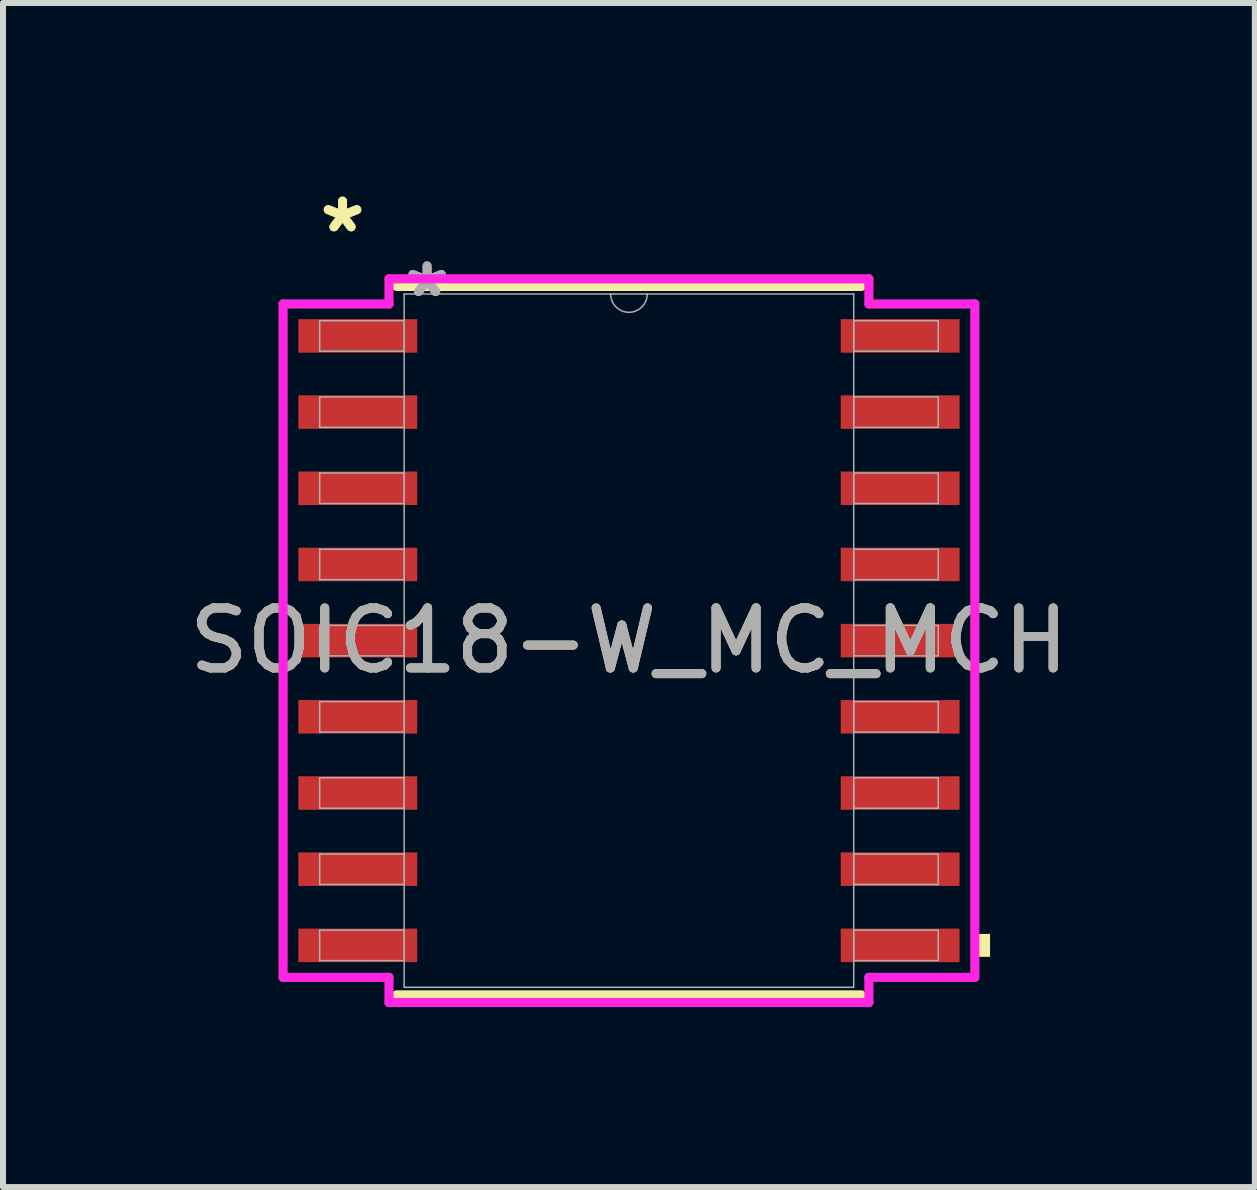
<source format=kicad_pcb>
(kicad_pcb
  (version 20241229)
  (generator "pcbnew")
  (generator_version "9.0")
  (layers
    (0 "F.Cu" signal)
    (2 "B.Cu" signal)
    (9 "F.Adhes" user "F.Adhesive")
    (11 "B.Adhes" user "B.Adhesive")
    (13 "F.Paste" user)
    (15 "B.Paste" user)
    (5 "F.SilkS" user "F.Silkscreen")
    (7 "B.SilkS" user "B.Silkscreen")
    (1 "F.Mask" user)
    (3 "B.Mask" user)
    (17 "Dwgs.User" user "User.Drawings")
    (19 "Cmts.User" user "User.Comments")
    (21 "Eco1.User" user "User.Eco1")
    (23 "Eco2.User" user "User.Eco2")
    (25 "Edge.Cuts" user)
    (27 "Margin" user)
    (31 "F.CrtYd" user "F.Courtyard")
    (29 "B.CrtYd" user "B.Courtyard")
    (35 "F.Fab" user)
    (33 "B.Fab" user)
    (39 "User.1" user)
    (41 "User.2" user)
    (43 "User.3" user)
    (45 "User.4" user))
  (footprint "SOIC18-W_MC_MCH"
    (layer "F.Cu")
    (at 7.435 7.63)
    (property "Reference" "SOIC18-W_MC_MCH" (at 0 0 0) (unlocked yes) (layer "F.SilkS") (effects (font (size 1 1) (thickness 0.15))))
    (attr smd)
    (fp_line (start -3.873 5.905) (end 3.873 5.905) (stroke (width 0.152) (type solid)) (layer "F.SilkS"))
    (fp_line (start 3.873 -5.905) (end -3.873 -5.905) (stroke (width 0.152) (type solid)) (layer "F.SilkS"))
    (fp_poly (pts (xy 6.02 4.889) (xy 6.02 5.271) (xy 5.766 5.271) (xy 5.766 4.889)) (stroke (width 0) (type solid)) (fill yes) (layer "F.SilkS"))
    (fp_line (start -5.766 -5.613) (end -4 -5.613) (stroke (width 0.152) (type solid)) (layer "F.CrtYd"))
    (fp_line (start -5.766 5.613) (end -5.766 -5.613) (stroke (width 0.152) (type solid)) (layer "F.CrtYd"))
    (fp_line (start -5.766 5.613) (end -4 5.613) (stroke (width 0.152) (type solid)) (layer "F.CrtYd"))
    (fp_line (start -4 -6.032) (end 4 -6.032) (stroke (width 0.152) (type solid)) (layer "F.CrtYd"))
    (fp_line (start -4 -5.613) (end -4 -6.032) (stroke (width 0.152) (type solid)) (layer "F.CrtYd"))
    (fp_line (start -4 6.032) (end -4 5.613) (stroke (width 0.152) (type solid)) (layer "F.CrtYd"))
    (fp_line (start 4 -6.032) (end 4 -5.613) (stroke (width 0.152) (type solid)) (layer "F.CrtYd"))
    (fp_line (start 4 5.613) (end 4 6.032) (stroke (width 0.152) (type solid)) (layer "F.CrtYd"))
    (fp_line (start 4 6.032) (end -4 6.032) (stroke (width 0.152) (type solid)) (layer "F.CrtYd"))
    (fp_line (start 5.766 -5.613) (end 4 -5.613) (stroke (width 0.152) (type solid)) (layer "F.CrtYd"))
    (fp_line (start 5.766 -5.613) (end 5.766 5.613) (stroke (width 0.152) (type solid)) (layer "F.CrtYd"))
    (fp_line (start 5.766 5.613) (end 4 5.613) (stroke (width 0.152) (type solid)) (layer "F.CrtYd"))
    (fp_line (start -5.156 -5.334) (end -5.156 -4.826) (stroke (width 0.025) (type solid)) (layer "F.Fab"))
    (fp_line (start -5.156 -4.826) (end -3.747 -4.826) (stroke (width 0.025) (type solid)) (layer "F.Fab"))
    (fp_line (start -5.156 -4.064) (end -5.156 -3.556) (stroke (width 0.025) (type solid)) (layer "F.Fab"))
    (fp_line (start -5.156 -3.556) (end -3.747 -3.556) (stroke (width 0.025) (type solid)) (layer "F.Fab"))
    (fp_line (start -5.156 -2.794) (end -5.156 -2.286) (stroke (width 0.025) (type solid)) (layer "F.Fab"))
    (fp_line (start -5.156 -2.286) (end -3.747 -2.286) (stroke (width 0.025) (type solid)) (layer "F.Fab"))
    (fp_line (start -5.156 -1.524) (end -5.156 -1.016) (stroke (width 0.025) (type solid)) (layer "F.Fab"))
    (fp_line (start -5.156 -1.016) (end -3.747 -1.016) (stroke (width 0.025) (type solid)) (layer "F.Fab"))
    (fp_line (start -5.156 -0.254) (end -5.156 0.254) (stroke (width 0.025) (type solid)) (layer "F.Fab"))
    (fp_line (start -5.156 0.254) (end -3.747 0.254) (stroke (width 0.025) (type solid)) (layer "F.Fab"))
    (fp_line (start -5.156 1.016) (end -5.156 1.524) (stroke (width 0.025) (type solid)) (layer "F.Fab"))
    (fp_line (start -5.156 1.524) (end -3.747 1.524) (stroke (width 0.025) (type solid)) (layer "F.Fab"))
    (fp_line (start -5.156 2.286) (end -5.156 2.794) (stroke (width 0.025) (type solid)) (layer "F.Fab"))
    (fp_line (start -5.156 2.794) (end -3.747 2.794) (stroke (width 0.025) (type solid)) (layer "F.Fab"))
    (fp_line (start -5.156 3.556) (end -5.156 4.064) (stroke (width 0.025) (type solid)) (layer "F.Fab"))
    (fp_line (start -5.156 4.064) (end -3.747 4.064) (stroke (width 0.025) (type solid)) (layer "F.Fab"))
    (fp_line (start -5.156 4.826) (end -5.156 5.334) (stroke (width 0.025) (type solid)) (layer "F.Fab"))
    (fp_line (start -5.156 5.334) (end -3.747 5.334) (stroke (width 0.025) (type solid)) (layer "F.Fab"))
    (fp_line (start -3.747 -5.779) (end -3.747 5.779) (stroke (width 0.025) (type solid)) (layer "F.Fab"))
    (fp_line (start -3.747 -5.334) (end -5.156 -5.334) (stroke (width 0.025) (type solid)) (layer "F.Fab"))
    (fp_line (start -3.747 -4.826) (end -3.747 -5.334) (stroke (width 0.025) (type solid)) (layer "F.Fab"))
    (fp_line (start -3.747 -4.064) (end -5.156 -4.064) (stroke (width 0.025) (type solid)) (layer "F.Fab"))
    (fp_line (start -3.747 -3.556) (end -3.747 -4.064) (stroke (width 0.025) (type solid)) (layer "F.Fab"))
    (fp_line (start -3.747 -2.794) (end -5.156 -2.794) (stroke (width 0.025) (type solid)) (layer "F.Fab"))
    (fp_line (start -3.747 -2.286) (end -3.747 -2.794) (stroke (width 0.025) (type solid)) (layer "F.Fab"))
    (fp_line (start -3.747 -1.524) (end -5.156 -1.524) (stroke (width 0.025) (type solid)) (layer "F.Fab"))
    (fp_line (start -3.747 -1.016) (end -3.747 -1.524) (stroke (width 0.025) (type solid)) (layer "F.Fab"))
    (fp_line (start -3.747 -0.254) (end -5.156 -0.254) (stroke (width 0.025) (type solid)) (layer "F.Fab"))
    (fp_line (start -3.747 0.254) (end -3.747 -0.254) (stroke (width 0.025) (type solid)) (layer "F.Fab"))
    (fp_line (start -3.747 1.016) (end -5.156 1.016) (stroke (width 0.025) (type solid)) (layer "F.Fab"))
    (fp_line (start -3.747 1.524) (end -3.747 1.016) (stroke (width 0.025) (type solid)) (layer "F.Fab"))
    (fp_line (start -3.747 2.286) (end -5.156 2.286) (stroke (width 0.025) (type solid)) (layer "F.Fab"))
    (fp_line (start -3.747 2.794) (end -3.747 2.286) (stroke (width 0.025) (type solid)) (layer "F.Fab"))
    (fp_line (start -3.747 3.556) (end -5.156 3.556) (stroke (width 0.025) (type solid)) (layer "F.Fab"))
    (fp_line (start -3.747 4.064) (end -3.747 3.556) (stroke (width 0.025) (type solid)) (layer "F.Fab"))
    (fp_line (start -3.747 4.826) (end -5.156 4.826) (stroke (width 0.025) (type solid)) (layer "F.Fab"))
    (fp_line (start -3.747 5.334) (end -3.747 4.826) (stroke (width 0.025) (type solid)) (layer "F.Fab"))
    (fp_line (start -3.747 5.779) (end 3.747 5.779) (stroke (width 0.025) (type solid)) (layer "F.Fab"))
    (fp_line (start 3.747 -5.779) (end -3.747 -5.779) (stroke (width 0.025) (type solid)) (layer "F.Fab"))
    (fp_line (start 3.747 -5.334) (end 3.747 -4.826) (stroke (width 0.025) (type solid)) (layer "F.Fab"))
    (fp_line (start 3.747 -4.826) (end 5.156 -4.826) (stroke (width 0.025) (type solid)) (layer "F.Fab"))
    (fp_line (start 3.747 -4.064) (end 3.747 -3.556) (stroke (width 0.025) (type solid)) (layer "F.Fab"))
    (fp_line (start 3.747 -3.556) (end 5.156 -3.556) (stroke (width 0.025) (type solid)) (layer "F.Fab"))
    (fp_line (start 3.747 -2.794) (end 3.747 -2.286) (stroke (width 0.025) (type solid)) (layer "F.Fab"))
    (fp_line (start 3.747 -2.286) (end 5.156 -2.286) (stroke (width 0.025) (type solid)) (layer "F.Fab"))
    (fp_line (start 3.747 -1.524) (end 3.747 -1.016) (stroke (width 0.025) (type solid)) (layer "F.Fab"))
    (fp_line (start 3.747 -1.016) (end 5.156 -1.016) (stroke (width 0.025) (type solid)) (layer "F.Fab"))
    (fp_line (start 3.747 -0.254) (end 3.747 0.254) (stroke (width 0.025) (type solid)) (layer "F.Fab"))
    (fp_line (start 3.747 0.254) (end 5.156 0.254) (stroke (width 0.025) (type solid)) (layer "F.Fab"))
    (fp_line (start 3.747 1.016) (end 3.747 1.524) (stroke (width 0.025) (type solid)) (layer "F.Fab"))
    (fp_line (start 3.747 1.524) (end 5.156 1.524) (stroke (width 0.025) (type solid)) (layer "F.Fab"))
    (fp_line (start 3.747 2.286) (end 3.747 2.794) (stroke (width 0.025) (type solid)) (layer "F.Fab"))
    (fp_line (start 3.747 2.794) (end 5.156 2.794) (stroke (width 0.025) (type solid)) (layer "F.Fab"))
    (fp_line (start 3.747 3.556) (end 3.747 4.064) (stroke (width 0.025) (type solid)) (layer "F.Fab"))
    (fp_line (start 3.747 4.064) (end 5.156 4.064) (stroke (width 0.025) (type solid)) (layer "F.Fab"))
    (fp_line (start 3.747 4.826) (end 3.747 5.334) (stroke (width 0.025) (type solid)) (layer "F.Fab"))
    (fp_line (start 3.747 5.334) (end 5.156 5.334) (stroke (width 0.025) (type solid)) (layer "F.Fab"))
    (fp_line (start 3.747 5.779) (end 3.747 -5.779) (stroke (width 0.025) (type solid)) (layer "F.Fab"))
    (fp_line (start 5.156 -5.334) (end 3.747 -5.334) (stroke (width 0.025) (type solid)) (layer "F.Fab"))
    (fp_line (start 5.156 -4.826) (end 5.156 -5.334) (stroke (width 0.025) (type solid)) (layer "F.Fab"))
    (fp_line (start 5.156 -4.064) (end 3.747 -4.064) (stroke (width 0.025) (type solid)) (layer "F.Fab"))
    (fp_line (start 5.156 -3.556) (end 5.156 -4.064) (stroke (width 0.025) (type solid)) (layer "F.Fab"))
    (fp_line (start 5.156 -2.794) (end 3.747 -2.794) (stroke (width 0.025) (type solid)) (layer "F.Fab"))
    (fp_line (start 5.156 -2.286) (end 5.156 -2.794) (stroke (width 0.025) (type solid)) (layer "F.Fab"))
    (fp_line (start 5.156 -1.524) (end 3.747 -1.524) (stroke (width 0.025) (type solid)) (layer "F.Fab"))
    (fp_line (start 5.156 -1.016) (end 5.156 -1.524) (stroke (width 0.025) (type solid)) (layer "F.Fab"))
    (fp_line (start 5.156 -0.254) (end 3.747 -0.254) (stroke (width 0.025) (type solid)) (layer "F.Fab"))
    (fp_line (start 5.156 0.254) (end 5.156 -0.254) (stroke (width 0.025) (type solid)) (layer "F.Fab"))
    (fp_line (start 5.156 1.016) (end 3.747 1.016) (stroke (width 0.025) (type solid)) (layer "F.Fab"))
    (fp_line (start 5.156 1.524) (end 5.156 1.016) (stroke (width 0.025) (type solid)) (layer "F.Fab"))
    (fp_line (start 5.156 2.286) (end 3.747 2.286) (stroke (width 0.025) (type solid)) (layer "F.Fab"))
    (fp_line (start 5.156 2.794) (end 5.156 2.286) (stroke (width 0.025) (type solid)) (layer "F.Fab"))
    (fp_line (start 5.156 3.556) (end 3.747 3.556) (stroke (width 0.025) (type solid)) (layer "F.Fab"))
    (fp_line (start 5.156 4.064) (end 5.156 3.556) (stroke (width 0.025) (type solid)) (layer "F.Fab"))
    (fp_line (start 5.156 4.826) (end 3.747 4.826) (stroke (width 0.025) (type solid)) (layer "F.Fab"))
    (fp_line (start 5.156 5.334) (end 5.156 4.826) (stroke (width 0.025) (type solid)) (layer "F.Fab"))
    (fp_arc (start 0.3048 -5.7785) (mid 0 -5.4737) (end -0.3048 -5.7785) (stroke (width 0.0254) (type solid)) (layer "F.Fab"))
    (fp_text user "*" (at -4.775 -6.782 0) (unlocked yes) (layer "F.SilkS") (effects (font (size 1 1) (thickness 0.15))))
    (fp_text user "*" (at -4.775 -6.782 0) (layer "F.SilkS") (effects (font (size 1 1) (thickness 0.15))))
    (fp_text user "${REFERENCE}" (at 0 0 0) (unlocked yes) (layer "F.Fab") (effects (font (size 1 1) (thickness 0.15))))
    (fp_text user "*" (at -3.365 -5.702 0) (layer "F.Fab") (effects (font (size 1 1) (thickness 0.15))))
    (fp_text user "*" (at -3.365 -5.702 0) (unlocked yes) (layer "F.Fab") (effects (font (size 1 1) (thickness 0.15))))
    (pad "1" smd rect (at -4.521 -5.08) (size 1.981 0.559) (layers "F.Cu" "F.Mask" "F.Paste"))
    (pad "2" smd rect (at -4.521 -3.81) (size 1.981 0.559) (layers "F.Cu" "F.Mask" "F.Paste"))
    (pad "3" smd rect (at -4.521 -2.54) (size 1.981 0.559) (layers "F.Cu" "F.Mask" "F.Paste"))
    (pad "4" smd rect (at -4.521 -1.27) (size 1.981 0.559) (layers "F.Cu" "F.Mask" "F.Paste"))
    (pad "5" smd rect (at -4.521 0) (size 1.981 0.559) (layers "F.Cu" "F.Mask" "F.Paste"))
    (pad "6" smd rect (at -4.521 1.27) (size 1.981 0.559) (layers "F.Cu" "F.Mask" "F.Paste"))
    (pad "7" smd rect (at -4.521 2.54) (size 1.981 0.559) (layers "F.Cu" "F.Mask" "F.Paste"))
    (pad "8" smd rect (at -4.521 3.81) (size 1.981 0.559) (layers "F.Cu" "F.Mask" "F.Paste"))
    (pad "9" smd rect (at -4.521 5.08) (size 1.981 0.559) (layers "F.Cu" "F.Mask" "F.Paste"))
    (pad "10" smd rect (at 4.521 5.08) (size 1.981 0.559) (layers "F.Cu" "F.Mask" "F.Paste"))
    (pad "11" smd rect (at 4.521 3.81) (size 1.981 0.559) (layers "F.Cu" "F.Mask" "F.Paste"))
    (pad "12" smd rect (at 4.521 2.54) (size 1.981 0.559) (layers "F.Cu" "F.Mask" "F.Paste"))
    (pad "13" smd rect (at 4.521 1.27) (size 1.981 0.559) (layers "F.Cu" "F.Mask" "F.Paste"))
    (pad "14" smd rect (at 4.521 0) (size 1.981 0.559) (layers "F.Cu" "F.Mask" "F.Paste"))
    (pad "15" smd rect (at 4.521 -1.27) (size 1.981 0.559) (layers "F.Cu" "F.Mask" "F.Paste"))
    (pad "16" smd rect (at 4.521 -2.54) (size 1.981 0.559) (layers "F.Cu" "F.Mask" "F.Paste"))
    (pad "17" smd rect (at 4.521 -3.81) (size 1.981 0.559) (layers "F.Cu" "F.Mask" "F.Paste"))
    (pad "18" smd rect (at 4.521 -5.08) (size 1.981 0.559) (layers "F.Cu" "F.Mask" "F.Paste")))
  (gr_rect
    (start -3 -3)
    (end 17.869 16.739)
    (stroke (width 0.1) (type default))
    (fill no)
    (layer "Edge.Cuts")))
</source>
